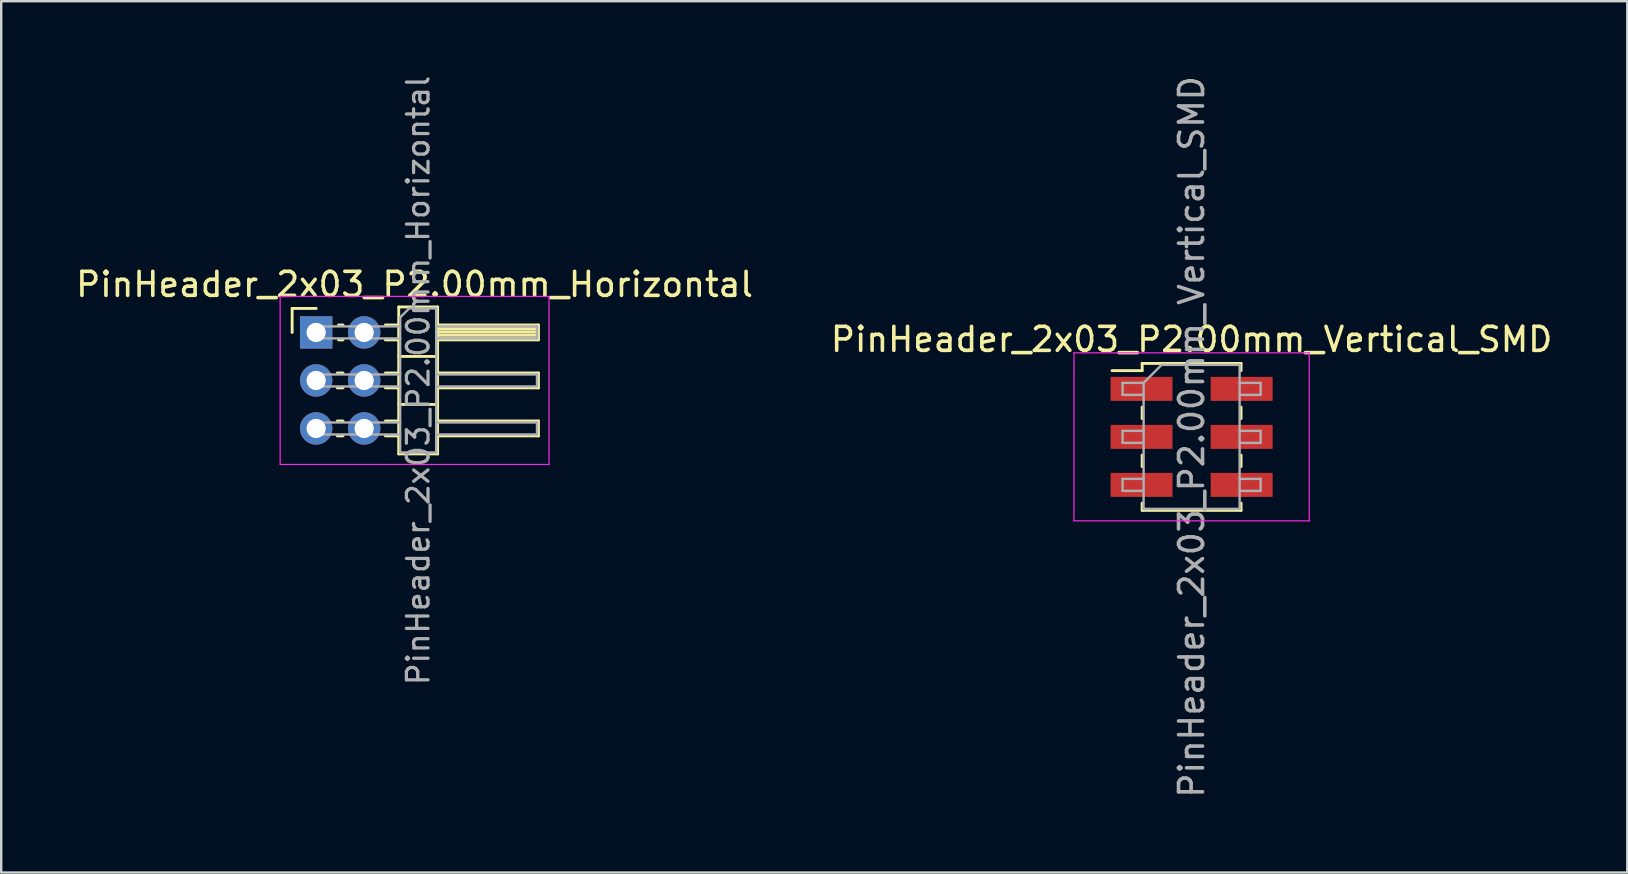
<source format=kicad_pcb>
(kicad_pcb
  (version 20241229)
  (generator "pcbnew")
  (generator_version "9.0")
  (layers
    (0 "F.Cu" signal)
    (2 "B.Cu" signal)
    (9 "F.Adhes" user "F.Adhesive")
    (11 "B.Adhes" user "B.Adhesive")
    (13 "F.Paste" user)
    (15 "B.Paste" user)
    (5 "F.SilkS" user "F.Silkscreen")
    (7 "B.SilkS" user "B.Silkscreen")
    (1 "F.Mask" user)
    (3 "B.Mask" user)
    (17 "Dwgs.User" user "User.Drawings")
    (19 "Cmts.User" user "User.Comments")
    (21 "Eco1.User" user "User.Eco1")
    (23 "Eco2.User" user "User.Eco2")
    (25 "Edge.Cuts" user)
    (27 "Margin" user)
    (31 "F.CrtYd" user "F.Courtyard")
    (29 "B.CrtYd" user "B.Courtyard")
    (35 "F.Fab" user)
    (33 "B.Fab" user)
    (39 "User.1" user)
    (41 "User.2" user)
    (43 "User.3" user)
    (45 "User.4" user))
  (footprint "PinHeader_2x03_P2.00mm_Vertical_SMD"
    (layer "F.Cu")
    (at 46.589 15.149)
    (property "Reference" "PinHeader_2x03_P2.00mm_Vertical_SMD" (at 0 -4.06 0) (layer "F.SilkS") (effects (font (size 1 1) (thickness 0.15))))
    (attr smd)
    (fp_line (start -3.315 -2.76) (end -2.06 -2.76) (stroke (width 0.12) (type solid)) (layer "F.SilkS"))
    (fp_line (start -2.06 -3.06) (end -2.06 -2.76) (stroke (width 0.12) (type solid)) (layer "F.SilkS"))
    (fp_line (start -2.06 -3.06) (end 2.06 -3.06) (stroke (width 0.12) (type solid)) (layer "F.SilkS"))
    (fp_line (start -2.06 -1.24) (end -2.06 -0.76) (stroke (width 0.12) (type solid)) (layer "F.SilkS"))
    (fp_line (start -2.06 0.76) (end -2.06 1.24) (stroke (width 0.12) (type solid)) (layer "F.SilkS"))
    (fp_line (start -2.06 2.76) (end -2.06 3.06) (stroke (width 0.12) (type solid)) (layer "F.SilkS"))
    (fp_line (start -2.06 3.06) (end 2.06 3.06) (stroke (width 0.12) (type solid)) (layer "F.SilkS"))
    (fp_line (start 2.06 -3.06) (end 2.06 -2.76) (stroke (width 0.12) (type solid)) (layer "F.SilkS"))
    (fp_line (start 2.06 -1.24) (end 2.06 -0.76) (stroke (width 0.12) (type solid)) (layer "F.SilkS"))
    (fp_line (start 2.06 0.76) (end 2.06 1.24) (stroke (width 0.12) (type solid)) (layer "F.SilkS"))
    (fp_line (start 2.06 2.76) (end 2.06 3.06) (stroke (width 0.12) (type solid)) (layer "F.SilkS"))
    (fp_line (start -4.9 -3.5) (end -4.9 3.5) (stroke (width 0.05) (type solid)) (layer "F.CrtYd"))
    (fp_line (start -4.9 3.5) (end 4.9 3.5) (stroke (width 0.05) (type solid)) (layer "F.CrtYd"))
    (fp_line (start 4.9 -3.5) (end -4.9 -3.5) (stroke (width 0.05) (type solid)) (layer "F.CrtYd"))
    (fp_line (start 4.9 3.5) (end 4.9 -3.5) (stroke (width 0.05) (type solid)) (layer "F.CrtYd"))
    (fp_line (start -2.875 -2.25) (end -2.875 -1.75) (stroke (width 0.1) (type solid)) (layer "F.Fab"))
    (fp_line (start -2.875 -1.75) (end -2 -1.75) (stroke (width 0.1) (type solid)) (layer "F.Fab"))
    (fp_line (start -2.875 -0.25) (end -2.875 0.25) (stroke (width 0.1) (type solid)) (layer "F.Fab"))
    (fp_line (start -2.875 0.25) (end -2 0.25) (stroke (width 0.1) (type solid)) (layer "F.Fab"))
    (fp_line (start -2.875 1.75) (end -2.875 2.25) (stroke (width 0.1) (type solid)) (layer "F.Fab"))
    (fp_line (start -2.875 2.25) (end -2 2.25) (stroke (width 0.1) (type solid)) (layer "F.Fab"))
    (fp_line (start -2 -2.25) (end -2.875 -2.25) (stroke (width 0.1) (type solid)) (layer "F.Fab"))
    (fp_line (start -2 -2.25) (end -1.25 -3) (stroke (width 0.1) (type solid)) (layer "F.Fab"))
    (fp_line (start -2 -0.25) (end -2.875 -0.25) (stroke (width 0.1) (type solid)) (layer "F.Fab"))
    (fp_line (start -2 1.75) (end -2.875 1.75) (stroke (width 0.1) (type solid)) (layer "F.Fab"))
    (fp_line (start -2 3) (end -2 -2.25) (stroke (width 0.1) (type solid)) (layer "F.Fab"))
    (fp_line (start -1.25 -3) (end 2 -3) (stroke (width 0.1) (type solid)) (layer "F.Fab"))
    (fp_line (start 2 -3) (end 2 3) (stroke (width 0.1) (type solid)) (layer "F.Fab"))
    (fp_line (start 2 -2.25) (end 2.875 -2.25) (stroke (width 0.1) (type solid)) (layer "F.Fab"))
    (fp_line (start 2 -0.25) (end 2.875 -0.25) (stroke (width 0.1) (type solid)) (layer "F.Fab"))
    (fp_line (start 2 1.75) (end 2.875 1.75) (stroke (width 0.1) (type solid)) (layer "F.Fab"))
    (fp_line (start 2 3) (end -2 3) (stroke (width 0.1) (type solid)) (layer "F.Fab"))
    (fp_line (start 2.875 -2.25) (end 2.875 -1.75) (stroke (width 0.1) (type solid)) (layer "F.Fab"))
    (fp_line (start 2.875 -1.75) (end 2 -1.75) (stroke (width 0.1) (type solid)) (layer "F.Fab"))
    (fp_line (start 2.875 -0.25) (end 2.875 0.25) (stroke (width 0.1) (type solid)) (layer "F.Fab"))
    (fp_line (start 2.875 0.25) (end 2 0.25) (stroke (width 0.1) (type solid)) (layer "F.Fab"))
    (fp_line (start 2.875 1.75) (end 2.875 2.25) (stroke (width 0.1) (type solid)) (layer "F.Fab"))
    (fp_line (start 2.875 2.25) (end 2 2.25) (stroke (width 0.1) (type solid)) (layer "F.Fab"))
    (fp_text user "${REFERENCE}" (at 0 0 90) (layer "F.Fab") (effects (font (size 1 1) (thickness 0.15))))
    (pad "1" smd rect (at -2.085 -2) (size 2.58 1) (layers "F.Cu" "F.Mask" "F.Paste"))
    (pad "2" smd rect (at 2.085 -2) (size 2.58 1) (layers "F.Cu" "F.Mask" "F.Paste"))
    (pad "3" smd rect (at -2.085 0) (size 2.58 1) (layers "F.Cu" "F.Mask" "F.Paste"))
    (pad "4" smd rect (at 2.085 0) (size 2.58 1) (layers "F.Cu" "F.Mask" "F.Paste"))
    (pad "5" smd rect (at -2.085 2) (size 2.58 1) (layers "F.Cu" "F.Mask" "F.Paste"))
    (pad "6" smd rect (at 2.085 2) (size 2.58 1) (layers "F.Cu" "F.Mask" "F.Paste")))
  (footprint "PinHeader_2x03_P2.00mm_Horizontal"
    (layer "F.Cu")
    (at 10.12 10.798)
    (property "Reference" "PinHeader_2x03_P2.00mm_Horizontal" (at 4.1 -2 0) (layer "F.SilkS") (effects (font (size 1 1) (thickness 0.15))))
    (attr through_hole)
    (fp_line (start -1 -1) (end 0 -1) (stroke (width 0.12) (type solid)) (layer "F.SilkS"))
    (fp_line (start -1 0) (end -1 -1) (stroke (width 0.12) (type solid)) (layer "F.SilkS"))
    (fp_line (start 0.882 1.69) (end 1.118 1.69) (stroke (width 0.12) (type solid)) (layer "F.SilkS"))
    (fp_line (start 0.882 2.31) (end 1.118 2.31) (stroke (width 0.12) (type solid)) (layer "F.SilkS"))
    (fp_line (start 0.882 3.69) (end 1.118 3.69) (stroke (width 0.12) (type solid)) (layer "F.SilkS"))
    (fp_line (start 0.882 4.31) (end 1.118 4.31) (stroke (width 0.12) (type solid)) (layer "F.SilkS"))
    (fp_line (start 0.935 -0.31) (end 1.118 -0.31) (stroke (width 0.12) (type solid)) (layer "F.SilkS"))
    (fp_line (start 0.935 0.31) (end 1.118 0.31) (stroke (width 0.12) (type solid)) (layer "F.SilkS"))
    (fp_line (start 2.882 -0.31) (end 3.44 -0.31) (stroke (width 0.12) (type solid)) (layer "F.SilkS"))
    (fp_line (start 2.882 0.31) (end 3.44 0.31) (stroke (width 0.12) (type solid)) (layer "F.SilkS"))
    (fp_line (start 2.882 1.69) (end 3.44 1.69) (stroke (width 0.12) (type solid)) (layer "F.SilkS"))
    (fp_line (start 2.882 2.31) (end 3.44 2.31) (stroke (width 0.12) (type solid)) (layer "F.SilkS"))
    (fp_line (start 2.882 3.69) (end 3.44 3.69) (stroke (width 0.12) (type solid)) (layer "F.SilkS"))
    (fp_line (start 2.882 4.31) (end 3.44 4.31) (stroke (width 0.12) (type solid)) (layer "F.SilkS"))
    (fp_line (start 3.44 -1.06) (end 3.44 5.06) (stroke (width 0.12) (type solid)) (layer "F.SilkS"))
    (fp_line (start 3.44 1) (end 5.06 1) (stroke (width 0.12) (type solid)) (layer "F.SilkS"))
    (fp_line (start 3.44 3) (end 5.06 3) (stroke (width 0.12) (type solid)) (layer "F.SilkS"))
    (fp_line (start 3.44 5.06) (end 5.06 5.06) (stroke (width 0.12) (type solid)) (layer "F.SilkS"))
    (fp_line (start 5.06 -1.06) (end 3.44 -1.06) (stroke (width 0.12) (type solid)) (layer "F.SilkS"))
    (fp_line (start 5.06 -0.31) (end 9.26 -0.31) (stroke (width 0.12) (type solid)) (layer "F.SilkS"))
    (fp_line (start 5.06 -0.25) (end 9.26 -0.25) (stroke (width 0.12) (type solid)) (layer "F.SilkS"))
    (fp_line (start 5.06 -0.13) (end 9.26 -0.13) (stroke (width 0.12) (type solid)) (layer "F.SilkS"))
    (fp_line (start 5.06 -0.01) (end 9.26 -0.01) (stroke (width 0.12) (type solid)) (layer "F.SilkS"))
    (fp_line (start 5.06 0.11) (end 9.26 0.11) (stroke (width 0.12) (type solid)) (layer "F.SilkS"))
    (fp_line (start 5.06 0.23) (end 9.26 0.23) (stroke (width 0.12) (type solid)) (layer "F.SilkS"))
    (fp_line (start 5.06 1.69) (end 9.26 1.69) (stroke (width 0.12) (type solid)) (layer "F.SilkS"))
    (fp_line (start 5.06 3.69) (end 9.26 3.69) (stroke (width 0.12) (type solid)) (layer "F.SilkS"))
    (fp_line (start 5.06 5.06) (end 5.06 -1.06) (stroke (width 0.12) (type solid)) (layer "F.SilkS"))
    (fp_line (start 9.26 -0.31) (end 9.26 0.31) (stroke (width 0.12) (type solid)) (layer "F.SilkS"))
    (fp_line (start 9.26 0.31) (end 5.06 0.31) (stroke (width 0.12) (type solid)) (layer "F.SilkS"))
    (fp_line (start 9.26 1.69) (end 9.26 2.31) (stroke (width 0.12) (type solid)) (layer "F.SilkS"))
    (fp_line (start 9.26 2.31) (end 5.06 2.31) (stroke (width 0.12) (type solid)) (layer "F.SilkS"))
    (fp_line (start 9.26 3.69) (end 9.26 4.31) (stroke (width 0.12) (type solid)) (layer "F.SilkS"))
    (fp_line (start 9.26 4.31) (end 5.06 4.31) (stroke (width 0.12) (type solid)) (layer "F.SilkS"))
    (fp_line (start -1.5 -1.5) (end -1.5 5.5) (stroke (width 0.05) (type solid)) (layer "F.CrtYd"))
    (fp_line (start -1.5 5.5) (end 9.7 5.5) (stroke (width 0.05) (type solid)) (layer "F.CrtYd"))
    (fp_line (start 9.7 -1.5) (end -1.5 -1.5) (stroke (width 0.05) (type solid)) (layer "F.CrtYd"))
    (fp_line (start 9.7 5.5) (end 9.7 -1.5) (stroke (width 0.05) (type solid)) (layer "F.CrtYd"))
    (fp_line (start -0.25 -0.25) (end -0.25 0.25) (stroke (width 0.1) (type solid)) (layer "F.Fab"))
    (fp_line (start -0.25 -0.25) (end 3.5 -0.25) (stroke (width 0.1) (type solid)) (layer "F.Fab"))
    (fp_line (start -0.25 0.25) (end 3.5 0.25) (stroke (width 0.1) (type solid)) (layer "F.Fab"))
    (fp_line (start -0.25 1.75) (end -0.25 2.25) (stroke (width 0.1) (type solid)) (layer "F.Fab"))
    (fp_line (start -0.25 1.75) (end 3.5 1.75) (stroke (width 0.1) (type solid)) (layer "F.Fab"))
    (fp_line (start -0.25 2.25) (end 3.5 2.25) (stroke (width 0.1) (type solid)) (layer "F.Fab"))
    (fp_line (start -0.25 3.75) (end -0.25 4.25) (stroke (width 0.1) (type solid)) (layer "F.Fab"))
    (fp_line (start -0.25 3.75) (end 3.5 3.75) (stroke (width 0.1) (type solid)) (layer "F.Fab"))
    (fp_line (start -0.25 4.25) (end 3.5 4.25) (stroke (width 0.1) (type solid)) (layer "F.Fab"))
    (fp_line (start 3.5 -0.625) (end 3.875 -1) (stroke (width 0.1) (type solid)) (layer "F.Fab"))
    (fp_line (start 3.5 5) (end 3.5 -0.625) (stroke (width 0.1) (type solid)) (layer "F.Fab"))
    (fp_line (start 3.875 -1) (end 5 -1) (stroke (width 0.1) (type solid)) (layer "F.Fab"))
    (fp_line (start 5 -1) (end 5 5) (stroke (width 0.1) (type solid)) (layer "F.Fab"))
    (fp_line (start 5 -0.25) (end 9.2 -0.25) (stroke (width 0.1) (type solid)) (layer "F.Fab"))
    (fp_line (start 5 0.25) (end 9.2 0.25) (stroke (width 0.1) (type solid)) (layer "F.Fab"))
    (fp_line (start 5 1.75) (end 9.2 1.75) (stroke (width 0.1) (type solid)) (layer "F.Fab"))
    (fp_line (start 5 2.25) (end 9.2 2.25) (stroke (width 0.1) (type solid)) (layer "F.Fab"))
    (fp_line (start 5 3.75) (end 9.2 3.75) (stroke (width 0.1) (type solid)) (layer "F.Fab"))
    (fp_line (start 5 4.25) (end 9.2 4.25) (stroke (width 0.1) (type solid)) (layer "F.Fab"))
    (fp_line (start 5 5) (end 3.5 5) (stroke (width 0.1) (type solid)) (layer "F.Fab"))
    (fp_line (start 9.2 -0.25) (end 9.2 0.25) (stroke (width 0.1) (type solid)) (layer "F.Fab"))
    (fp_line (start 9.2 1.75) (end 9.2 2.25) (stroke (width 0.1) (type solid)) (layer "F.Fab"))
    (fp_line (start 9.2 3.75) (end 9.2 4.25) (stroke (width 0.1) (type solid)) (layer "F.Fab"))
    (fp_text user "${REFERENCE}" (at 4.25 2 90) (layer "F.Fab") (effects (font (size 0.9 0.9) (thickness 0.135))))
    (pad "1" thru_hole rect (at 0 0) (size 1.35 1.35) (drill 0.8) (layers "*.Cu" "*.Mask"))
    (pad "2" thru_hole oval (at 2 0) (size 1.35 1.35) (drill 0.8) (layers "*.Cu" "*.Mask"))
    (pad "3" thru_hole oval (at 0 2) (size 1.35 1.35) (drill 0.8) (layers "*.Cu" "*.Mask"))
    (pad "4" thru_hole oval (at 2 2) (size 1.35 1.35) (drill 0.8) (layers "*.Cu" "*.Mask"))
    (pad "5" thru_hole oval (at 0 4) (size 1.35 1.35) (drill 0.8) (layers "*.Cu" "*.Mask"))
    (pad "6" thru_hole oval (at 2 4) (size 1.35 1.35) (drill 0.8) (layers "*.Cu" "*.Mask")))
  (gr_rect
    (start -3 -3)
    (end 64.738 33.298)
    (stroke (width 0.1) (type default))
    (fill no)
    (layer "Edge.Cuts")))
</source>
